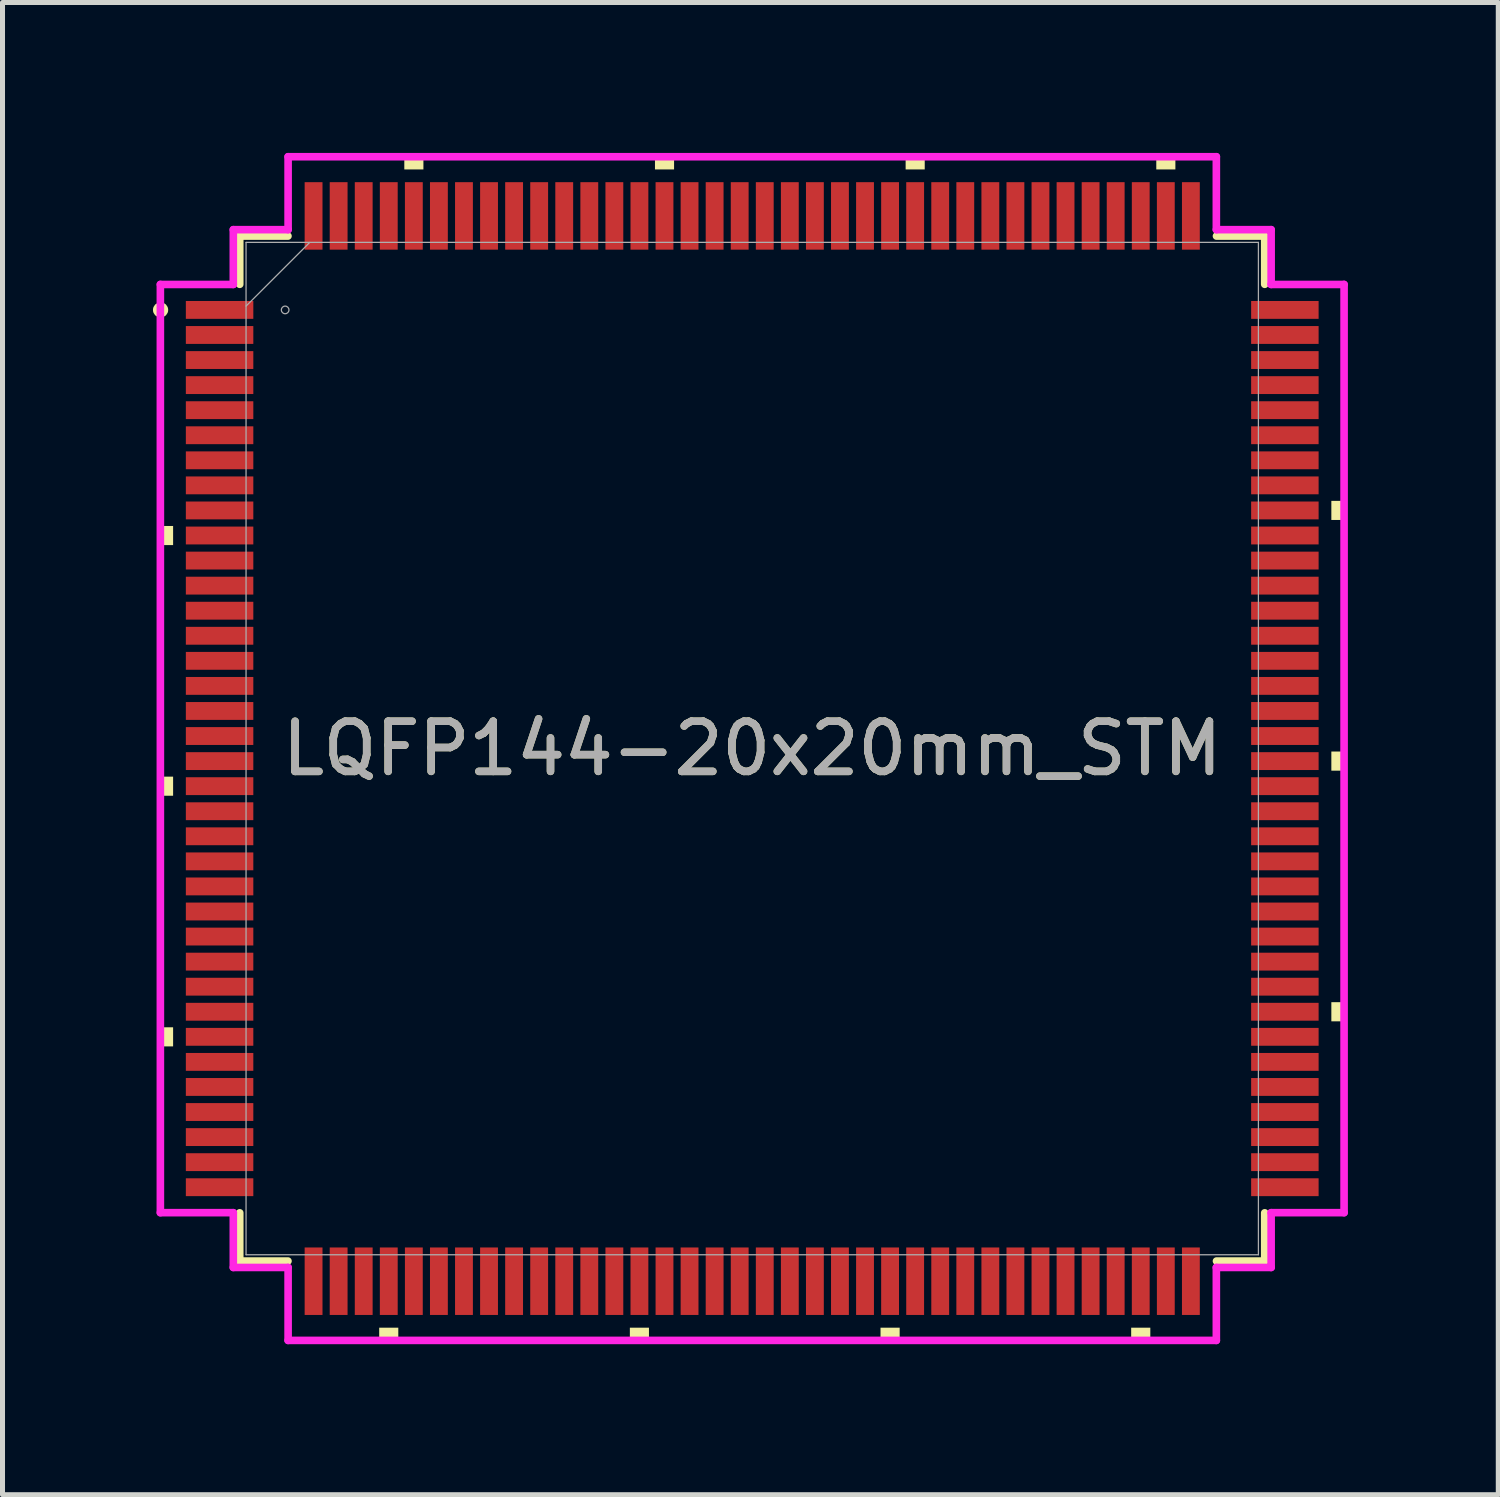
<source format=kicad_pcb>
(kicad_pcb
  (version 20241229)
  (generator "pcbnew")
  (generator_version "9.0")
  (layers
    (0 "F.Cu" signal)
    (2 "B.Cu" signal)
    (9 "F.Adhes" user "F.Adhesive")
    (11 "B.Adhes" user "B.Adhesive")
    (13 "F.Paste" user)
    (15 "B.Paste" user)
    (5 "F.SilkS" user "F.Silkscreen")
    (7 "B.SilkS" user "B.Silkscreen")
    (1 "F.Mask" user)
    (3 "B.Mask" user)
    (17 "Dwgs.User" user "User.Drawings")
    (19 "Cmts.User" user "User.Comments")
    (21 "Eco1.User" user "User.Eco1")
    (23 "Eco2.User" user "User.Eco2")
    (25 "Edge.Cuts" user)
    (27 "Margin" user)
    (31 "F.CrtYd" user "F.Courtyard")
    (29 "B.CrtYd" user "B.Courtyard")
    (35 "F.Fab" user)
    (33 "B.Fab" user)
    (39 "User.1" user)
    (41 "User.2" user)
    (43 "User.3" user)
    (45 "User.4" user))
  (footprint "LQFP144-20x20mm_STM"
    (layer "F.Cu")
    (at 11.955 11.882)
    (property "Reference" "LQFP144-20x20mm_STM" (at 0 0 0) (unlocked yes) (layer "F.SilkS") (effects (font (size 1 1) (thickness 0.15))))
    (attr smd)
    (fp_line (start -10.223 -10.223) (end -10.223 -9.261) (stroke (width 0.152) (type solid)) (layer "F.SilkS"))
    (fp_line (start -10.223 9.261) (end -10.223 10.223) (stroke (width 0.152) (type solid)) (layer "F.SilkS"))
    (fp_line (start -10.223 10.223) (end -9.261 10.223) (stroke (width 0.152) (type solid)) (layer "F.SilkS"))
    (fp_line (start -9.261 -10.223) (end -10.223 -10.223) (stroke (width 0.152) (type solid)) (layer "F.SilkS"))
    (fp_line (start 9.261 10.223) (end 10.223 10.223) (stroke (width 0.152) (type solid)) (layer "F.SilkS"))
    (fp_line (start 10.223 -10.223) (end 9.261 -10.223) (stroke (width 0.152) (type solid)) (layer "F.SilkS"))
    (fp_line (start 10.223 -9.261) (end 10.223 -10.223) (stroke (width 0.152) (type solid)) (layer "F.SilkS"))
    (fp_line (start 10.223 10.223) (end 10.223 9.261) (stroke (width 0.152) (type solid)) (layer "F.SilkS"))
    (fp_circle (center -11.802 -8.75) (end -11.726 -8.75) (stroke (width 0.152) (type solid)) (fill no) (layer "F.SilkS"))
    (fp_poly (pts (xy -11.806 -4.44) (xy -11.806 -4.059) (xy -11.552 -4.059) (xy -11.552 -4.44)) (stroke (width 0) (type solid)) (fill yes) (layer "F.SilkS"))
    (fp_poly (pts (xy -11.806 0.56) (xy -11.806 0.941) (xy -11.552 0.941) (xy -11.552 0.56)) (stroke (width 0) (type solid)) (fill yes) (layer "F.SilkS"))
    (fp_poly (pts (xy -11.806 5.56) (xy -11.806 5.941) (xy -11.552 5.941) (xy -11.552 5.56)) (stroke (width 0) (type solid)) (fill yes) (layer "F.SilkS"))
    (fp_poly (pts (xy -7.441 11.552) (xy -7.441 11.806) (xy -7.06 11.806) (xy -7.06 11.552)) (stroke (width 0) (type solid)) (fill yes) (layer "F.SilkS"))
    (fp_poly (pts (xy -6.94 -11.552) (xy -6.94 -11.806) (xy -6.559 -11.806) (xy -6.559 -11.552)) (stroke (width 0) (type solid)) (fill yes) (layer "F.SilkS"))
    (fp_poly (pts (xy -2.441 11.552) (xy -2.441 11.806) (xy -2.06 11.806) (xy -2.06 11.552)) (stroke (width 0) (type solid)) (fill yes) (layer "F.SilkS"))
    (fp_poly (pts (xy -1.94 -11.552) (xy -1.94 -11.806) (xy -1.559 -11.806) (xy -1.559 -11.552)) (stroke (width 0) (type solid)) (fill yes) (layer "F.SilkS"))
    (fp_poly (pts (xy 2.559 11.552) (xy 2.559 11.806) (xy 2.941 11.806) (xy 2.941 11.552)) (stroke (width 0) (type solid)) (fill yes) (layer "F.SilkS"))
    (fp_poly (pts (xy 3.06 -11.552) (xy 3.06 -11.806) (xy 3.441 -11.806) (xy 3.441 -11.552)) (stroke (width 0) (type solid)) (fill yes) (layer "F.SilkS"))
    (fp_poly (pts (xy 7.559 11.552) (xy 7.559 11.806) (xy 7.941 11.806) (xy 7.941 11.552)) (stroke (width 0) (type solid)) (fill yes) (layer "F.SilkS"))
    (fp_poly (pts (xy 8.06 -11.552) (xy 8.06 -11.806) (xy 8.441 -11.806) (xy 8.441 -11.552)) (stroke (width 0) (type solid)) (fill yes) (layer "F.SilkS"))
    (fp_poly (pts (xy 11.806 -4.941) (xy 11.806 -4.56) (xy 11.552 -4.56) (xy 11.552 -4.941)) (stroke (width 0) (type solid)) (fill yes) (layer "F.SilkS"))
    (fp_poly (pts (xy 11.806 0.059) (xy 11.806 0.441) (xy 11.552 0.441) (xy 11.552 0.059)) (stroke (width 0) (type solid)) (fill yes) (layer "F.SilkS"))
    (fp_poly (pts (xy 11.806 5.059) (xy 11.806 5.441) (xy 11.552 5.441) (xy 11.552 5.059)) (stroke (width 0) (type solid)) (fill yes) (layer "F.SilkS"))
    (fp_line (start -11.806 -9.258) (end -10.351 -9.258) (stroke (width 0.152) (type solid)) (layer "F.CrtYd"))
    (fp_line (start -11.806 9.258) (end -11.806 -9.258) (stroke (width 0.152) (type solid)) (layer "F.CrtYd"))
    (fp_line (start -10.351 -10.351) (end -9.258 -10.351) (stroke (width 0.152) (type solid)) (layer "F.CrtYd"))
    (fp_line (start -10.351 -9.258) (end -10.351 -10.351) (stroke (width 0.152) (type solid)) (layer "F.CrtYd"))
    (fp_line (start -10.351 9.258) (end -11.806 9.258) (stroke (width 0.152) (type solid)) (layer "F.CrtYd"))
    (fp_line (start -10.351 10.351) (end -10.351 9.258) (stroke (width 0.152) (type solid)) (layer "F.CrtYd"))
    (fp_line (start -9.258 -11.806) (end 9.258 -11.806) (stroke (width 0.152) (type solid)) (layer "F.CrtYd"))
    (fp_line (start -9.258 -10.351) (end -9.258 -11.806) (stroke (width 0.152) (type solid)) (layer "F.CrtYd"))
    (fp_line (start -9.258 10.351) (end -10.351 10.351) (stroke (width 0.152) (type solid)) (layer "F.CrtYd"))
    (fp_line (start -9.258 11.806) (end -9.258 10.351) (stroke (width 0.152) (type solid)) (layer "F.CrtYd"))
    (fp_line (start 9.258 -11.806) (end 9.258 -10.351) (stroke (width 0.152) (type solid)) (layer "F.CrtYd"))
    (fp_line (start 9.258 -10.351) (end 10.351 -10.351) (stroke (width 0.152) (type solid)) (layer "F.CrtYd"))
    (fp_line (start 9.258 10.351) (end 9.258 11.806) (stroke (width 0.152) (type solid)) (layer "F.CrtYd"))
    (fp_line (start 9.258 11.806) (end -9.258 11.806) (stroke (width 0.152) (type solid)) (layer "F.CrtYd"))
    (fp_line (start 10.351 -10.351) (end 10.351 -9.258) (stroke (width 0.152) (type solid)) (layer "F.CrtYd"))
    (fp_line (start 10.351 -9.258) (end 11.806 -9.258) (stroke (width 0.152) (type solid)) (layer "F.CrtYd"))
    (fp_line (start 10.351 9.258) (end 10.351 10.351) (stroke (width 0.152) (type solid)) (layer "F.CrtYd"))
    (fp_line (start 10.351 10.351) (end 9.258 10.351) (stroke (width 0.152) (type solid)) (layer "F.CrtYd"))
    (fp_line (start 11.806 -9.258) (end 11.806 9.258) (stroke (width 0.152) (type solid)) (layer "F.CrtYd"))
    (fp_line (start 11.806 9.258) (end 10.351 9.258) (stroke (width 0.152) (type solid)) (layer "F.CrtYd"))
    (fp_line (start -10.097 -10.097) (end -10.097 10.097) (stroke (width 0.025) (type solid)) (layer "F.Fab"))
    (fp_line (start -10.097 -8.826) (end -8.826 -10.097) (stroke (width 0.025) (type solid)) (layer "F.Fab"))
    (fp_line (start -10.097 10.097) (end 10.097 10.097) (stroke (width 0.025) (type solid)) (layer "F.Fab"))
    (fp_line (start 10.097 -10.097) (end -10.097 -10.097) (stroke (width 0.025) (type solid)) (layer "F.Fab"))
    (fp_line (start 10.097 10.097) (end 10.097 -10.097) (stroke (width 0.025) (type solid)) (layer "F.Fab"))
    (fp_circle (center -9.317 -8.75) (end -9.241 -8.75) (stroke (width 0.025) (type solid)) (fill no) (layer "F.Fab"))
    (fp_text user "${REFERENCE}" (at 0 0 0) (unlocked yes) (layer "F.Fab") (effects (font (size 1 1) (thickness 0.15))))
    (pad "1" smd rect (at -10.625 -8.75) (size 1.346 0.356) (layers "F.Cu" "F.Mask" "F.Paste"))
    (pad "2" smd rect (at -10.625 -8.25) (size 1.346 0.356) (layers "F.Cu" "F.Mask" "F.Paste"))
    (pad "3" smd rect (at -10.625 -7.75) (size 1.346 0.356) (layers "F.Cu" "F.Mask" "F.Paste"))
    (pad "4" smd rect (at -10.625 -7.25) (size 1.346 0.356) (layers "F.Cu" "F.Mask" "F.Paste"))
    (pad "5" smd rect (at -10.625 -6.75) (size 1.346 0.356) (layers "F.Cu" "F.Mask" "F.Paste"))
    (pad "6" smd rect (at -10.625 -6.25) (size 1.346 0.356) (layers "F.Cu" "F.Mask" "F.Paste"))
    (pad "7" smd rect (at -10.625 -5.75) (size 1.346 0.356) (layers "F.Cu" "F.Mask" "F.Paste"))
    (pad "8" smd rect (at -10.625 -5.25) (size 1.346 0.356) (layers "F.Cu" "F.Mask" "F.Paste"))
    (pad "9" smd rect (at -10.625 -4.75) (size 1.346 0.356) (layers "F.Cu" "F.Mask" "F.Paste"))
    (pad "10" smd rect (at -10.625 -4.25) (size 1.346 0.356) (layers "F.Cu" "F.Mask" "F.Paste"))
    (pad "11" smd rect (at -10.625 -3.75) (size 1.346 0.356) (layers "F.Cu" "F.Mask" "F.Paste"))
    (pad "12" smd rect (at -10.625 -3.25) (size 1.346 0.356) (layers "F.Cu" "F.Mask" "F.Paste"))
    (pad "13" smd rect (at -10.625 -2.75) (size 1.346 0.356) (layers "F.Cu" "F.Mask" "F.Paste"))
    (pad "14" smd rect (at -10.625 -2.25) (size 1.346 0.356) (layers "F.Cu" "F.Mask" "F.Paste"))
    (pad "15" smd rect (at -10.625 -1.75) (size 1.346 0.356) (layers "F.Cu" "F.Mask" "F.Paste"))
    (pad "16" smd rect (at -10.625 -1.25) (size 1.346 0.356) (layers "F.Cu" "F.Mask" "F.Paste"))
    (pad "17" smd rect (at -10.625 -0.75) (size 1.346 0.356) (layers "F.Cu" "F.Mask" "F.Paste"))
    (pad "18" smd rect (at -10.625 -0.25) (size 1.346 0.356) (layers "F.Cu" "F.Mask" "F.Paste"))
    (pad "19" smd rect (at -10.625 0.25) (size 1.346 0.356) (layers "F.Cu" "F.Mask" "F.Paste"))
    (pad "20" smd rect (at -10.625 0.75) (size 1.346 0.356) (layers "F.Cu" "F.Mask" "F.Paste"))
    (pad "21" smd rect (at -10.625 1.25) (size 1.346 0.356) (layers "F.Cu" "F.Mask" "F.Paste"))
    (pad "22" smd rect (at -10.625 1.75) (size 1.346 0.356) (layers "F.Cu" "F.Mask" "F.Paste"))
    (pad "23" smd rect (at -10.625 2.25) (size 1.346 0.356) (layers "F.Cu" "F.Mask" "F.Paste"))
    (pad "24" smd rect (at -10.625 2.75) (size 1.346 0.356) (layers "F.Cu" "F.Mask" "F.Paste"))
    (pad "25" smd rect (at -10.625 3.25) (size 1.346 0.356) (layers "F.Cu" "F.Mask" "F.Paste"))
    (pad "26" smd rect (at -10.625 3.75) (size 1.346 0.356) (layers "F.Cu" "F.Mask" "F.Paste"))
    (pad "27" smd rect (at -10.625 4.25) (size 1.346 0.356) (layers "F.Cu" "F.Mask" "F.Paste"))
    (pad "28" smd rect (at -10.625 4.75) (size 1.346 0.356) (layers "F.Cu" "F.Mask" "F.Paste"))
    (pad "29" smd rect (at -10.625 5.25) (size 1.346 0.356) (layers "F.Cu" "F.Mask" "F.Paste"))
    (pad "30" smd rect (at -10.625 5.75) (size 1.346 0.356) (layers "F.Cu" "F.Mask" "F.Paste"))
    (pad "31" smd rect (at -10.625 6.25) (size 1.346 0.356) (layers "F.Cu" "F.Mask" "F.Paste"))
    (pad "32" smd rect (at -10.625 6.75) (size 1.346 0.356) (layers "F.Cu" "F.Mask" "F.Paste"))
    (pad "33" smd rect (at -10.625 7.25) (size 1.346 0.356) (layers "F.Cu" "F.Mask" "F.Paste"))
    (pad "34" smd rect (at -10.625 7.75) (size 1.346 0.356) (layers "F.Cu" "F.Mask" "F.Paste"))
    (pad "35" smd rect (at -10.625 8.25) (size 1.346 0.356) (layers "F.Cu" "F.Mask" "F.Paste"))
    (pad "36" smd rect (at -10.625 8.75) (size 1.346 0.356) (layers "F.Cu" "F.Mask" "F.Paste"))
    (pad "37" smd rect (at -8.75 10.625 90) (size 1.346 0.356) (layers "F.Cu" "F.Mask" "F.Paste"))
    (pad "38" smd rect (at -8.25 10.625 90) (size 1.346 0.356) (layers "F.Cu" "F.Mask" "F.Paste"))
    (pad "39" smd rect (at -7.75 10.625 90) (size 1.346 0.356) (layers "F.Cu" "F.Mask" "F.Paste"))
    (pad "40" smd rect (at -7.25 10.625 90) (size 1.346 0.356) (layers "F.Cu" "F.Mask" "F.Paste"))
    (pad "41" smd rect (at -6.75 10.625 90) (size 1.346 0.356) (layers "F.Cu" "F.Mask" "F.Paste"))
    (pad "42" smd rect (at -6.25 10.625 90) (size 1.346 0.356) (layers "F.Cu" "F.Mask" "F.Paste"))
    (pad "43" smd rect (at -5.75 10.625 90) (size 1.346 0.356) (layers "F.Cu" "F.Mask" "F.Paste"))
    (pad "44" smd rect (at -5.25 10.625 90) (size 1.346 0.356) (layers "F.Cu" "F.Mask" "F.Paste"))
    (pad "45" smd rect (at -4.75 10.625 90) (size 1.346 0.356) (layers "F.Cu" "F.Mask" "F.Paste"))
    (pad "46" smd rect (at -4.25 10.625 90) (size 1.346 0.356) (layers "F.Cu" "F.Mask" "F.Paste"))
    (pad "47" smd rect (at -3.75 10.625 90) (size 1.346 0.356) (layers "F.Cu" "F.Mask" "F.Paste"))
    (pad "48" smd rect (at -3.25 10.625 90) (size 1.346 0.356) (layers "F.Cu" "F.Mask" "F.Paste"))
    (pad "49" smd rect (at -2.75 10.625 90) (size 1.346 0.356) (layers "F.Cu" "F.Mask" "F.Paste"))
    (pad "50" smd rect (at -2.25 10.625 90) (size 1.346 0.356) (layers "F.Cu" "F.Mask" "F.Paste"))
    (pad "51" smd rect (at -1.75 10.625 90) (size 1.346 0.356) (layers "F.Cu" "F.Mask" "F.Paste"))
    (pad "52" smd rect (at -1.25 10.625 90) (size 1.346 0.356) (layers "F.Cu" "F.Mask" "F.Paste"))
    (pad "53" smd rect (at -0.75 10.625 90) (size 1.346 0.356) (layers "F.Cu" "F.Mask" "F.Paste"))
    (pad "54" smd rect (at -0.25 10.625 90) (size 1.346 0.356) (layers "F.Cu" "F.Mask" "F.Paste"))
    (pad "55" smd rect (at 0.25 10.625 90) (size 1.346 0.356) (layers "F.Cu" "F.Mask" "F.Paste"))
    (pad "56" smd rect (at 0.75 10.625 90) (size 1.346 0.356) (layers "F.Cu" "F.Mask" "F.Paste"))
    (pad "57" smd rect (at 1.25 10.625 90) (size 1.346 0.356) (layers "F.Cu" "F.Mask" "F.Paste"))
    (pad "58" smd rect (at 1.75 10.625 90) (size 1.346 0.356) (layers "F.Cu" "F.Mask" "F.Paste"))
    (pad "59" smd rect (at 2.25 10.625 90) (size 1.346 0.356) (layers "F.Cu" "F.Mask" "F.Paste"))
    (pad "60" smd rect (at 2.75 10.625 90) (size 1.346 0.356) (layers "F.Cu" "F.Mask" "F.Paste"))
    (pad "61" smd rect (at 3.25 10.625 90) (size 1.346 0.356) (layers "F.Cu" "F.Mask" "F.Paste"))
    (pad "62" smd rect (at 3.75 10.625 90) (size 1.346 0.356) (layers "F.Cu" "F.Mask" "F.Paste"))
    (pad "63" smd rect (at 4.25 10.625 90) (size 1.346 0.356) (layers "F.Cu" "F.Mask" "F.Paste"))
    (pad "64" smd rect (at 4.75 10.625 90) (size 1.346 0.356) (layers "F.Cu" "F.Mask" "F.Paste"))
    (pad "65" smd rect (at 5.25 10.625 90) (size 1.346 0.356) (layers "F.Cu" "F.Mask" "F.Paste"))
    (pad "66" smd rect (at 5.75 10.625 90) (size 1.346 0.356) (layers "F.Cu" "F.Mask" "F.Paste"))
    (pad "67" smd rect (at 6.25 10.625 90) (size 1.346 0.356) (layers "F.Cu" "F.Mask" "F.Paste"))
    (pad "68" smd rect (at 6.75 10.625 90) (size 1.346 0.356) (layers "F.Cu" "F.Mask" "F.Paste"))
    (pad "69" smd rect (at 7.25 10.625 90) (size 1.346 0.356) (layers "F.Cu" "F.Mask" "F.Paste"))
    (pad "70" smd rect (at 7.75 10.625 90) (size 1.346 0.356) (layers "F.Cu" "F.Mask" "F.Paste"))
    (pad "71" smd rect (at 8.25 10.625 90) (size 1.346 0.356) (layers "F.Cu" "F.Mask" "F.Paste"))
    (pad "72" smd rect (at 8.75 10.625 90) (size 1.346 0.356) (layers "F.Cu" "F.Mask" "F.Paste"))
    (pad "73" smd rect (at 10.625 8.75) (size 1.346 0.356) (layers "F.Cu" "F.Mask" "F.Paste"))
    (pad "74" smd rect (at 10.625 8.25) (size 1.346 0.356) (layers "F.Cu" "F.Mask" "F.Paste"))
    (pad "75" smd rect (at 10.625 7.75) (size 1.346 0.356) (layers "F.Cu" "F.Mask" "F.Paste"))
    (pad "76" smd rect (at 10.625 7.25) (size 1.346 0.356) (layers "F.Cu" "F.Mask" "F.Paste"))
    (pad "77" smd rect (at 10.625 6.75) (size 1.346 0.356) (layers "F.Cu" "F.Mask" "F.Paste"))
    (pad "78" smd rect (at 10.625 6.25) (size 1.346 0.356) (layers "F.Cu" "F.Mask" "F.Paste"))
    (pad "79" smd rect (at 10.625 5.75) (size 1.346 0.356) (layers "F.Cu" "F.Mask" "F.Paste"))
    (pad "80" smd rect (at 10.625 5.25) (size 1.346 0.356) (layers "F.Cu" "F.Mask" "F.Paste"))
    (pad "81" smd rect (at 10.625 4.75) (size 1.346 0.356) (layers "F.Cu" "F.Mask" "F.Paste"))
    (pad "82" smd rect (at 10.625 4.25) (size 1.346 0.356) (layers "F.Cu" "F.Mask" "F.Paste"))
    (pad "83" smd rect (at 10.625 3.75) (size 1.346 0.356) (layers "F.Cu" "F.Mask" "F.Paste"))
    (pad "84" smd rect (at 10.625 3.25) (size 1.346 0.356) (layers "F.Cu" "F.Mask" "F.Paste"))
    (pad "85" smd rect (at 10.625 2.75) (size 1.346 0.356) (layers "F.Cu" "F.Mask" "F.Paste"))
    (pad "86" smd rect (at 10.625 2.25) (size 1.346 0.356) (layers "F.Cu" "F.Mask" "F.Paste"))
    (pad "87" smd rect (at 10.625 1.75) (size 1.346 0.356) (layers "F.Cu" "F.Mask" "F.Paste"))
    (pad "88" smd rect (at 10.625 1.25) (size 1.346 0.356) (layers "F.Cu" "F.Mask" "F.Paste"))
    (pad "89" smd rect (at 10.625 0.75) (size 1.346 0.356) (layers "F.Cu" "F.Mask" "F.Paste"))
    (pad "90" smd rect (at 10.625 0.25) (size 1.346 0.356) (layers "F.Cu" "F.Mask" "F.Paste"))
    (pad "91" smd rect (at 10.625 -0.25) (size 1.346 0.356) (layers "F.Cu" "F.Mask" "F.Paste"))
    (pad "92" smd rect (at 10.625 -0.75) (size 1.346 0.356) (layers "F.Cu" "F.Mask" "F.Paste"))
    (pad "93" smd rect (at 10.625 -1.25) (size 1.346 0.356) (layers "F.Cu" "F.Mask" "F.Paste"))
    (pad "94" smd rect (at 10.625 -1.75) (size 1.346 0.356) (layers "F.Cu" "F.Mask" "F.Paste"))
    (pad "95" smd rect (at 10.625 -2.25) (size 1.346 0.356) (layers "F.Cu" "F.Mask" "F.Paste"))
    (pad "96" smd rect (at 10.625 -2.75) (size 1.346 0.356) (layers "F.Cu" "F.Mask" "F.Paste"))
    (pad "97" smd rect (at 10.625 -3.25) (size 1.346 0.356) (layers "F.Cu" "F.Mask" "F.Paste"))
    (pad "98" smd rect (at 10.625 -3.75) (size 1.346 0.356) (layers "F.Cu" "F.Mask" "F.Paste"))
    (pad "99" smd rect (at 10.625 -4.25) (size 1.346 0.356) (layers "F.Cu" "F.Mask" "F.Paste"))
    (pad "100" smd rect (at 10.625 -4.75) (size 1.346 0.356) (layers "F.Cu" "F.Mask" "F.Paste"))
    (pad "101" smd rect (at 10.625 -5.25) (size 1.346 0.356) (layers "F.Cu" "F.Mask" "F.Paste"))
    (pad "102" smd rect (at 10.625 -5.75) (size 1.346 0.356) (layers "F.Cu" "F.Mask" "F.Paste"))
    (pad "103" smd rect (at 10.625 -6.25) (size 1.346 0.356) (layers "F.Cu" "F.Mask" "F.Paste"))
    (pad "104" smd rect (at 10.625 -6.75) (size 1.346 0.356) (layers "F.Cu" "F.Mask" "F.Paste"))
    (pad "105" smd rect (at 10.625 -7.25) (size 1.346 0.356) (layers "F.Cu" "F.Mask" "F.Paste"))
    (pad "106" smd rect (at 10.625 -7.75) (size 1.346 0.356) (layers "F.Cu" "F.Mask" "F.Paste"))
    (pad "107" smd rect (at 10.625 -8.25) (size 1.346 0.356) (layers "F.Cu" "F.Mask" "F.Paste"))
    (pad "108" smd rect (at 10.625 -8.75) (size 1.346 0.356) (layers "F.Cu" "F.Mask" "F.Paste"))
    (pad "109" smd rect (at 8.75 -10.625 90) (size 1.346 0.356) (layers "F.Cu" "F.Mask" "F.Paste"))
    (pad "110" smd rect (at 8.25 -10.625 90) (size 1.346 0.356) (layers "F.Cu" "F.Mask" "F.Paste"))
    (pad "111" smd rect (at 7.75 -10.625 90) (size 1.346 0.356) (layers "F.Cu" "F.Mask" "F.Paste"))
    (pad "112" smd rect (at 7.25 -10.625 90) (size 1.346 0.356) (layers "F.Cu" "F.Mask" "F.Paste"))
    (pad "113" smd rect (at 6.75 -10.625 90) (size 1.346 0.356) (layers "F.Cu" "F.Mask" "F.Paste"))
    (pad "114" smd rect (at 6.25 -10.625 90) (size 1.346 0.356) (layers "F.Cu" "F.Mask" "F.Paste"))
    (pad "115" smd rect (at 5.75 -10.625 90) (size 1.346 0.356) (layers "F.Cu" "F.Mask" "F.Paste"))
    (pad "116" smd rect (at 5.25 -10.625 90) (size 1.346 0.356) (layers "F.Cu" "F.Mask" "F.Paste"))
    (pad "117" smd rect (at 4.75 -10.625 90) (size 1.346 0.356) (layers "F.Cu" "F.Mask" "F.Paste"))
    (pad "118" smd rect (at 4.25 -10.625 90) (size 1.346 0.356) (layers "F.Cu" "F.Mask" "F.Paste"))
    (pad "119" smd rect (at 3.75 -10.625 90) (size 1.346 0.356) (layers "F.Cu" "F.Mask" "F.Paste"))
    (pad "120" smd rect (at 3.25 -10.625 90) (size 1.346 0.356) (layers "F.Cu" "F.Mask" "F.Paste"))
    (pad "121" smd rect (at 2.75 -10.625 90) (size 1.346 0.356) (layers "F.Cu" "F.Mask" "F.Paste"))
    (pad "122" smd rect (at 2.25 -10.625 90) (size 1.346 0.356) (layers "F.Cu" "F.Mask" "F.Paste"))
    (pad "123" smd rect (at 1.75 -10.625 90) (size 1.346 0.356) (layers "F.Cu" "F.Mask" "F.Paste"))
    (pad "124" smd rect (at 1.25 -10.625 90) (size 1.346 0.356) (layers "F.Cu" "F.Mask" "F.Paste"))
    (pad "125" smd rect (at 0.75 -10.625 90) (size 1.346 0.356) (layers "F.Cu" "F.Mask" "F.Paste"))
    (pad "126" smd rect (at 0.25 -10.625 90) (size 1.346 0.356) (layers "F.Cu" "F.Mask" "F.Paste"))
    (pad "127" smd rect (at -0.25 -10.625 90) (size 1.346 0.356) (layers "F.Cu" "F.Mask" "F.Paste"))
    (pad "128" smd rect (at -0.75 -10.625 90) (size 1.346 0.356) (layers "F.Cu" "F.Mask" "F.Paste"))
    (pad "129" smd rect (at -1.25 -10.625 90) (size 1.346 0.356) (layers "F.Cu" "F.Mask" "F.Paste"))
    (pad "130" smd rect (at -1.75 -10.625 90) (size 1.346 0.356) (layers "F.Cu" "F.Mask" "F.Paste"))
    (pad "131" smd rect (at -2.25 -10.625 90) (size 1.346 0.356) (layers "F.Cu" "F.Mask" "F.Paste"))
    (pad "132" smd rect (at -2.75 -10.625 90) (size 1.346 0.356) (layers "F.Cu" "F.Mask" "F.Paste"))
    (pad "133" smd rect (at -3.25 -10.625 90) (size 1.346 0.356) (layers "F.Cu" "F.Mask" "F.Paste"))
    (pad "134" smd rect (at -3.75 -10.625 90) (size 1.346 0.356) (layers "F.Cu" "F.Mask" "F.Paste"))
    (pad "135" smd rect (at -4.25 -10.625 90) (size 1.346 0.356) (layers "F.Cu" "F.Mask" "F.Paste"))
    (pad "136" smd rect (at -4.75 -10.625 90) (size 1.346 0.356) (layers "F.Cu" "F.Mask" "F.Paste"))
    (pad "137" smd rect (at -5.25 -10.625 90) (size 1.346 0.356) (layers "F.Cu" "F.Mask" "F.Paste"))
    (pad "138" smd rect (at -5.75 -10.625 90) (size 1.346 0.356) (layers "F.Cu" "F.Mask" "F.Paste"))
    (pad "139" smd rect (at -6.25 -10.625 90) (size 1.346 0.356) (layers "F.Cu" "F.Mask" "F.Paste"))
    (pad "140" smd rect (at -6.75 -10.625 90) (size 1.346 0.356) (layers "F.Cu" "F.Mask" "F.Paste"))
    (pad "141" smd rect (at -7.25 -10.625 90) (size 1.346 0.356) (layers "F.Cu" "F.Mask" "F.Paste"))
    (pad "142" smd rect (at -7.75 -10.625 90) (size 1.346 0.356) (layers "F.Cu" "F.Mask" "F.Paste"))
    (pad "143" smd rect (at -8.25 -10.625 90) (size 1.346 0.356) (layers "F.Cu" "F.Mask" "F.Paste"))
    (pad "144" smd rect (at -8.75 -10.625 90) (size 1.346 0.356) (layers "F.Cu" "F.Mask" "F.Paste")))
  (gr_rect
    (start -3 -3)
    (end 26.837 26.765)
    (stroke (width 0.1) (type default))
    (fill no)
    (layer "Edge.Cuts")))
</source>
